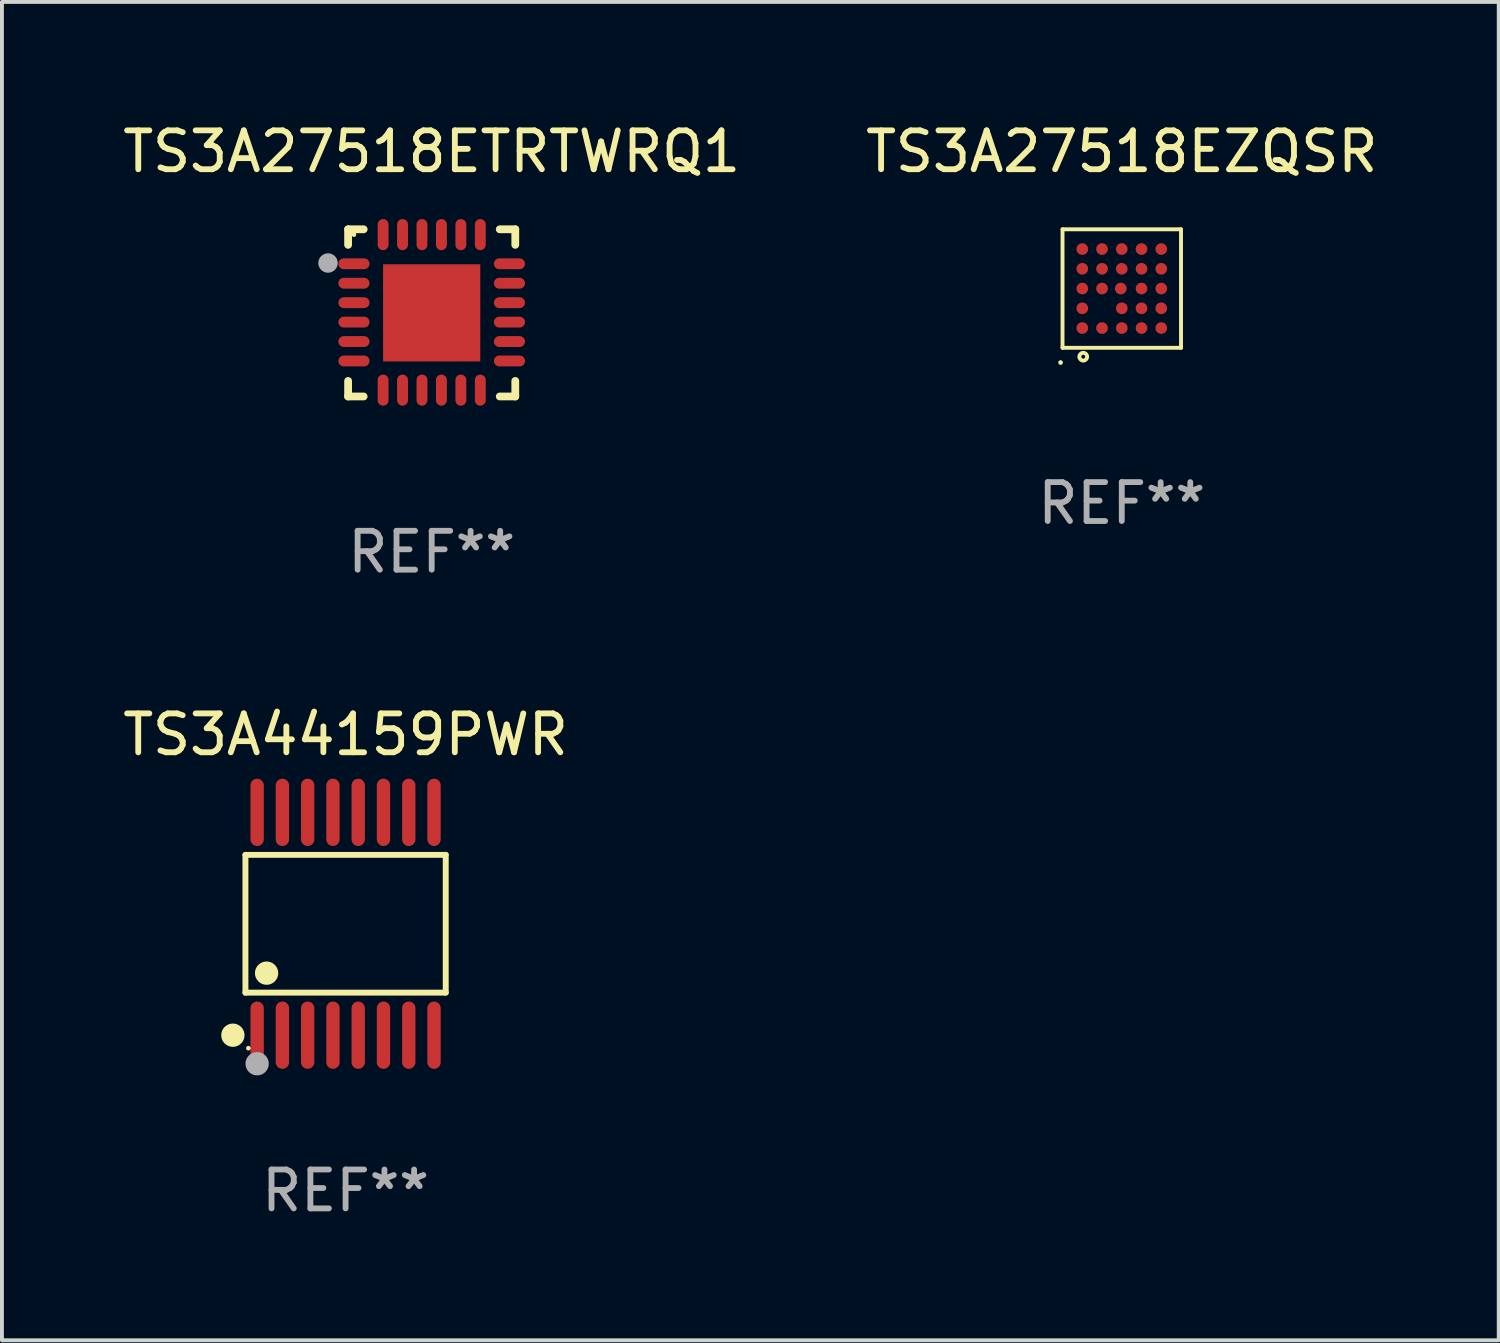
<source format=kicad_pcb>
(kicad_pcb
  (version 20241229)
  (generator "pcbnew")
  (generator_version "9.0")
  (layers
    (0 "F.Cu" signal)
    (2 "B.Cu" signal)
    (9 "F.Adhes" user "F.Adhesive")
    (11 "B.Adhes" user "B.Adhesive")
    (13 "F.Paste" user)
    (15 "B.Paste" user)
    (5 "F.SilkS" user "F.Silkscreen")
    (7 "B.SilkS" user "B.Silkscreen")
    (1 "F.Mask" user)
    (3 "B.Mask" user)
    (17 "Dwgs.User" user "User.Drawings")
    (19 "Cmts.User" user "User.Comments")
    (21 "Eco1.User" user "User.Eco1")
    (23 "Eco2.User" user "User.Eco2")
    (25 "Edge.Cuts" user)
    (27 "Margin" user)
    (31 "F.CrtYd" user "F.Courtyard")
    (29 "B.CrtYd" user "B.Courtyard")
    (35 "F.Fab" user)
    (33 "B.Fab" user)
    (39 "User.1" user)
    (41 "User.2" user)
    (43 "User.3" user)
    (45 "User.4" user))
  (footprint "TS3A27518ETRTWRQ1"
    (layer "F.Cu")
    (at 8.054 4.998)
    (property "Reference" "TS3A27518ETRTWRQ1" (at 0 -4.15 0) (layer "F.SilkS") (effects (font (size 1 1) (thickness 0.15))))
    (attr through_hole)
    (fp_line (start -2.15 -2.15) (end -1.75 -2.15) (stroke (width 0.2) (type solid)) (layer "F.SilkS"))
    (fp_line (start -2.15 -1.75) (end -2.15 -2.15) (stroke (width 0.2) (type solid)) (layer "F.SilkS"))
    (fp_line (start -2.15 2.15) (end -2.15 1.75) (stroke (width 0.2) (type solid)) (layer "F.SilkS"))
    (fp_line (start -1.75 2.15) (end -2.15 2.15) (stroke (width 0.2) (type solid)) (layer "F.SilkS"))
    (fp_line (start 1.75 -2.15) (end 2.15 -2.15) (stroke (width 0.2) (type solid)) (layer "F.SilkS"))
    (fp_line (start 1.75 2.15) (end 2.15 2.15) (stroke (width 0.2) (type solid)) (layer "F.SilkS"))
    (fp_line (start 2.15 -2.15) (end 2.15 -1.75) (stroke (width 0.2) (type solid)) (layer "F.SilkS"))
    (fp_line (start 2.15 2.15) (end 2.15 1.75) (stroke (width 0.2) (type solid)) (layer "F.SilkS"))
    (fp_circle (center -2 -2.013) (end -1.97 -2.013) (stroke (width 0.06) (type solid)) (fill no) (layer "F.SilkS"))
    (fp_circle (center -2.667 -1.283) (end -2.542 -1.283) (stroke (width 0.25) (type solid)) (fill no) (layer "F.Fab"))
    (fp_text user "REF**" (at 0 6.15 0) (layer "F.Fab") (effects (font (size 1 1) (thickness 0.15))))
    (pad "1" smd oval (at -2 -1.263) (size 0.8 0.28) (layers "F.Cu" "F.Mask" "F.Paste"))
    (pad "2" smd oval (at -2 -0.763) (size 0.8 0.28) (layers "F.Cu" "F.Mask" "F.Paste"))
    (pad "3" smd oval (at -2 -0.263) (size 0.8 0.28) (layers "F.Cu" "F.Mask" "F.Paste"))
    (pad "4" smd oval (at -2 0.237) (size 0.8 0.28) (layers "F.Cu" "F.Mask" "F.Paste"))
    (pad "5" smd oval (at -2 0.737) (size 0.8 0.28) (layers "F.Cu" "F.Mask" "F.Paste"))
    (pad "6" smd oval (at -2 1.237) (size 0.8 0.28) (layers "F.Cu" "F.Mask" "F.Paste"))
    (pad "7" smd oval (at -1.25 1.987) (size 0.28 0.8) (layers "F.Cu" "F.Mask" "F.Paste"))
    (pad "8" smd oval (at -0.75 1.987) (size 0.28 0.8) (layers "F.Cu" "F.Mask" "F.Paste"))
    (pad "9" smd oval (at -0.25 1.987) (size 0.28 0.8) (layers "F.Cu" "F.Mask" "F.Paste"))
    (pad "10" smd oval (at 0.25 1.987) (size 0.28 0.8) (layers "F.Cu" "F.Mask" "F.Paste"))
    (pad "11" smd oval (at 0.75 1.987) (size 0.28 0.8) (layers "F.Cu" "F.Mask" "F.Paste"))
    (pad "12" smd oval (at 1.25 1.987) (size 0.28 0.8) (layers "F.Cu" "F.Mask" "F.Paste"))
    (pad "13" smd oval (at 2 1.237) (size 0.8 0.28) (layers "F.Cu" "F.Mask" "F.Paste"))
    (pad "14" smd oval (at 2 0.737) (size 0.8 0.28) (layers "F.Cu" "F.Mask" "F.Paste"))
    (pad "15" smd oval (at 2 0.237) (size 0.8 0.28) (layers "F.Cu" "F.Mask" "F.Paste"))
    (pad "16" smd oval (at 2 -0.263) (size 0.8 0.28) (layers "F.Cu" "F.Mask" "F.Paste"))
    (pad "17" smd oval (at 2 -0.763) (size 0.8 0.28) (layers "F.Cu" "F.Mask" "F.Paste"))
    (pad "18" smd oval (at 2 -1.263) (size 0.8 0.28) (layers "F.Cu" "F.Mask" "F.Paste"))
    (pad "19" smd oval (at 1.25 -2.013) (size 0.28 0.8) (layers "F.Cu" "F.Mask" "F.Paste"))
    (pad "20" smd oval (at 0.75 -2.013) (size 0.28 0.8) (layers "F.Cu" "F.Mask" "F.Paste"))
    (pad "21" smd oval (at 0.25 -2.013) (size 0.28 0.8) (layers "F.Cu" "F.Mask" "F.Paste"))
    (pad "22" smd oval (at -0.25 -2.013) (size 0.28 0.8) (layers "F.Cu" "F.Mask" "F.Paste"))
    (pad "23" smd oval (at -0.75 -2.013) (size 0.28 0.8) (layers "F.Cu" "F.Mask" "F.Paste"))
    (pad "24" smd oval (at -1.25 -2.013) (size 0.28 0.8) (layers "F.Cu" "F.Mask" "F.Paste"))
    (pad "25" smd rect (at -0.000127 -0.00014) (size 2.5 2.5) (layers "F.Cu" "F.Mask" "F.Paste")))
  (footprint "TS3A27518EZQSR"
    (layer "F.Cu")
    (at 25.804 4.372)
    (property "Reference" "TS3A27518EZQSR" (at 0 -3.524 0) (layer "F.SilkS") (effects (font (size 1 1) (thickness 0.15))))
    (attr through_hole)
    (fp_line (start -1.524 -1.524) (end 1.524 -1.524) (stroke (width 0.1) (type solid)) (layer "F.SilkS"))
    (fp_line (start -1.524 1.524) (end -1.524 -1.524) (stroke (width 0.1) (type solid)) (layer "F.SilkS"))
    (fp_line (start 1.524 -1.524) (end 1.524 1.524) (stroke (width 0.1) (type solid)) (layer "F.SilkS"))
    (fp_line (start 1.524 1.524) (end -1.524 1.524) (stroke (width 0.1) (type solid)) (layer "F.SilkS"))
    (fp_circle (center -1.574 1.903) (end -1.544 1.903) (stroke (width 0.06) (type solid)) (fill no) (layer "F.SilkS"))
    (fp_circle (center -0.991 1.753) (end -0.891 1.753) (stroke (width 0.1) (type solid)) (fill no) (layer "F.SilkS"))
    (fp_text user "REF**" (at 0 5.524 0) (layer "F.Fab") (effects (font (size 1 1) (thickness 0.15))))
    (pad "A1" smd circle (at -1.016 1.016) (size 0.3 0.3) (layers "F.Cu" "F.Mask" "F.Paste"))
    (pad "A2" smd circle (at -1.016 0.508) (size 0.3 0.3) (layers "F.Cu" "F.Mask" "F.Paste"))
    (pad "A3" smd circle (at -1.016 0) (size 0.3 0.3) (layers "F.Cu" "F.Mask" "F.Paste"))
    (pad "A4" smd circle (at -1.016 -0.508) (size 0.3 0.3) (layers "F.Cu" "F.Mask" "F.Paste"))
    (pad "A5" smd circle (at -1.016 -1.016) (size 0.3 0.3) (layers "F.Cu" "F.Mask" "F.Paste"))
    (pad "B1" smd circle (at -0.508 1.016) (size 0.3 0.3) (layers "F.Cu" "F.Mask" "F.Paste"))
    (pad "B3" smd circle (at -0.508 0) (size 0.3 0.3) (layers "F.Cu" "F.Mask" "F.Paste"))
    (pad "B4" smd circle (at -0.508 -0.508) (size 0.3 0.3) (layers "F.Cu" "F.Mask" "F.Paste"))
    (pad "B5" smd circle (at -0.508 -1.016) (size 0.3 0.3) (layers "F.Cu" "F.Mask" "F.Paste"))
    (pad "C1" smd circle (at 0 1.016) (size 0.3 0.3) (layers "F.Cu" "F.Mask" "F.Paste"))
    (pad "C2" smd circle (at 0 0.508) (size 0.3 0.3) (layers "F.Cu" "F.Mask" "F.Paste"))
    (pad "C3" smd circle (at -0.025 0) (size 0.3 0.3) (layers "F.Cu" "F.Mask" "F.Paste"))
    (pad "C4" smd circle (at 0 -0.508) (size 0.3 0.3) (layers "F.Cu" "F.Mask" "F.Paste"))
    (pad "C5" smd circle (at 0 -1.016) (size 0.3 0.3) (layers "F.Cu" "F.Mask" "F.Paste"))
    (pad "D1" smd circle (at 0.508 1.016) (size 0.3 0.3) (layers "F.Cu" "F.Mask" "F.Paste"))
    (pad "D2" smd circle (at 0.508 0.508) (size 0.3 0.3) (layers "F.Cu" "F.Mask" "F.Paste"))
    (pad "D3" smd circle (at 0.508 0) (size 0.3 0.3) (layers "F.Cu" "F.Mask" "F.Paste"))
    (pad "D4" smd circle (at 0.508 -0.508) (size 0.3 0.3) (layers "F.Cu" "F.Mask" "F.Paste"))
    (pad "D5" smd circle (at 0.508 -1.016) (size 0.3 0.3) (layers "F.Cu" "F.Mask" "F.Paste"))
    (pad "E1" smd circle (at 1.016 1.016) (size 0.3 0.3) (layers "F.Cu" "F.Mask" "F.Paste"))
    (pad "E2" smd circle (at 1.016 0.508) (size 0.3 0.3) (layers "F.Cu" "F.Mask" "F.Paste"))
    (pad "E3" smd circle (at 1.016 0) (size 0.3 0.3) (layers "F.Cu" "F.Mask" "F.Paste"))
    (pad "E4" smd circle (at 1.016 -0.508) (size 0.3 0.3) (layers "F.Cu" "F.Mask" "F.Paste"))
    (pad "E5" smd circle (at 1.016 -1.016) (size 0.3 0.3) (layers "F.Cu" "F.Mask" "F.Paste")))
  (footprint "TS3A44159PWR"
    (layer "F.Cu")
    (at 5.839 20.711)
    (property "Reference" "TS3A44159PWR" (at 0 -4.866 0) (layer "F.SilkS") (effects (font (size 1 1) (thickness 0.15))))
    (attr through_hole)
    (fp_line (start -2.576 -1.772) (end 2.576 -1.772) (stroke (width 0.152) (type solid)) (layer "F.SilkS"))
    (fp_line (start -2.576 1.771) (end -2.576 -1.772) (stroke (width 0.152) (type solid)) (layer "F.SilkS"))
    (fp_line (start 2.576 -1.772) (end 2.576 1.771) (stroke (width 0.152) (type solid)) (layer "F.SilkS"))
    (fp_line (start 2.576 1.771) (end -2.576 1.771) (stroke (width 0.152) (type solid)) (layer "F.SilkS"))
    (fp_circle (center -2.899 2.866) (end -2.749 2.866) (stroke (width 0.3) (type solid)) (fill no) (layer "F.SilkS"))
    (fp_circle (center -2.5 3.2) (end -2.47 3.2) (stroke (width 0.06) (type solid)) (fill no) (layer "F.SilkS"))
    (fp_circle (center -2.032 1.27) (end -1.882 1.27) (stroke (width 0.3) (type solid)) (fill no) (layer "F.SilkS"))
    (fp_circle (center -2.275 3.6) (end -2.125 3.6) (stroke (width 0.3) (type solid)) (fill no) (layer "F.Fab"))
    (fp_text user "REF**" (at 0 6.866 0) (layer "F.Fab") (effects (font (size 1 1) (thickness 0.15))))
    (pad "1" smd oval (at -2.275 2.866) (size 0.343 1.731) (layers "F.Cu" "F.Mask" "F.Paste"))
    (pad "2" smd oval (at -1.625 2.866) (size 0.343 1.731) (layers "F.Cu" "F.Mask" "F.Paste"))
    (pad "3" smd oval (at -0.975 2.866) (size 0.343 1.731) (layers "F.Cu" "F.Mask" "F.Paste"))
    (pad "4" smd oval (at -0.325 2.866) (size 0.343 1.731) (layers "F.Cu" "F.Mask" "F.Paste"))
    (pad "5" smd oval (at 0.325 2.866) (size 0.343 1.731) (layers "F.Cu" "F.Mask" "F.Paste"))
    (pad "6" smd oval (at 0.975 2.866) (size 0.343 1.731) (layers "F.Cu" "F.Mask" "F.Paste"))
    (pad "7" smd oval (at 1.625 2.866) (size 0.343 1.731) (layers "F.Cu" "F.Mask" "F.Paste"))
    (pad "8" smd oval (at 2.275 2.866) (size 0.343 1.731) (layers "F.Cu" "F.Mask" "F.Paste"))
    (pad "9" smd oval (at 2.275 -2.866) (size 0.343 1.731) (layers "F.Cu" "F.Mask" "F.Paste"))
    (pad "10" smd oval (at 1.625 -2.866) (size 0.343 1.731) (layers "F.Cu" "F.Mask" "F.Paste"))
    (pad "11" smd oval (at 0.975 -2.866) (size 0.343 1.731) (layers "F.Cu" "F.Mask" "F.Paste"))
    (pad "12" smd oval (at 0.325 -2.866) (size 0.343 1.731) (layers "F.Cu" "F.Mask" "F.Paste"))
    (pad "13" smd oval (at -0.325 -2.866) (size 0.343 1.731) (layers "F.Cu" "F.Mask" "F.Paste"))
    (pad "14" smd oval (at -0.975 -2.866) (size 0.343 1.731) (layers "F.Cu" "F.Mask" "F.Paste"))
    (pad "15" smd oval (at -1.625 -2.866) (size 0.343 1.731) (layers "F.Cu" "F.Mask" "F.Paste"))
    (pad "16" smd oval (at -2.275 -2.866) (size 0.343 1.731) (layers "F.Cu" "F.Mask" "F.Paste")))
  (gr_rect
    (start -3 -3)
    (end 35.5 31.425)
    (stroke (width 0.1) (type default))
    (fill no)
    (layer "Edge.Cuts")))
</source>
